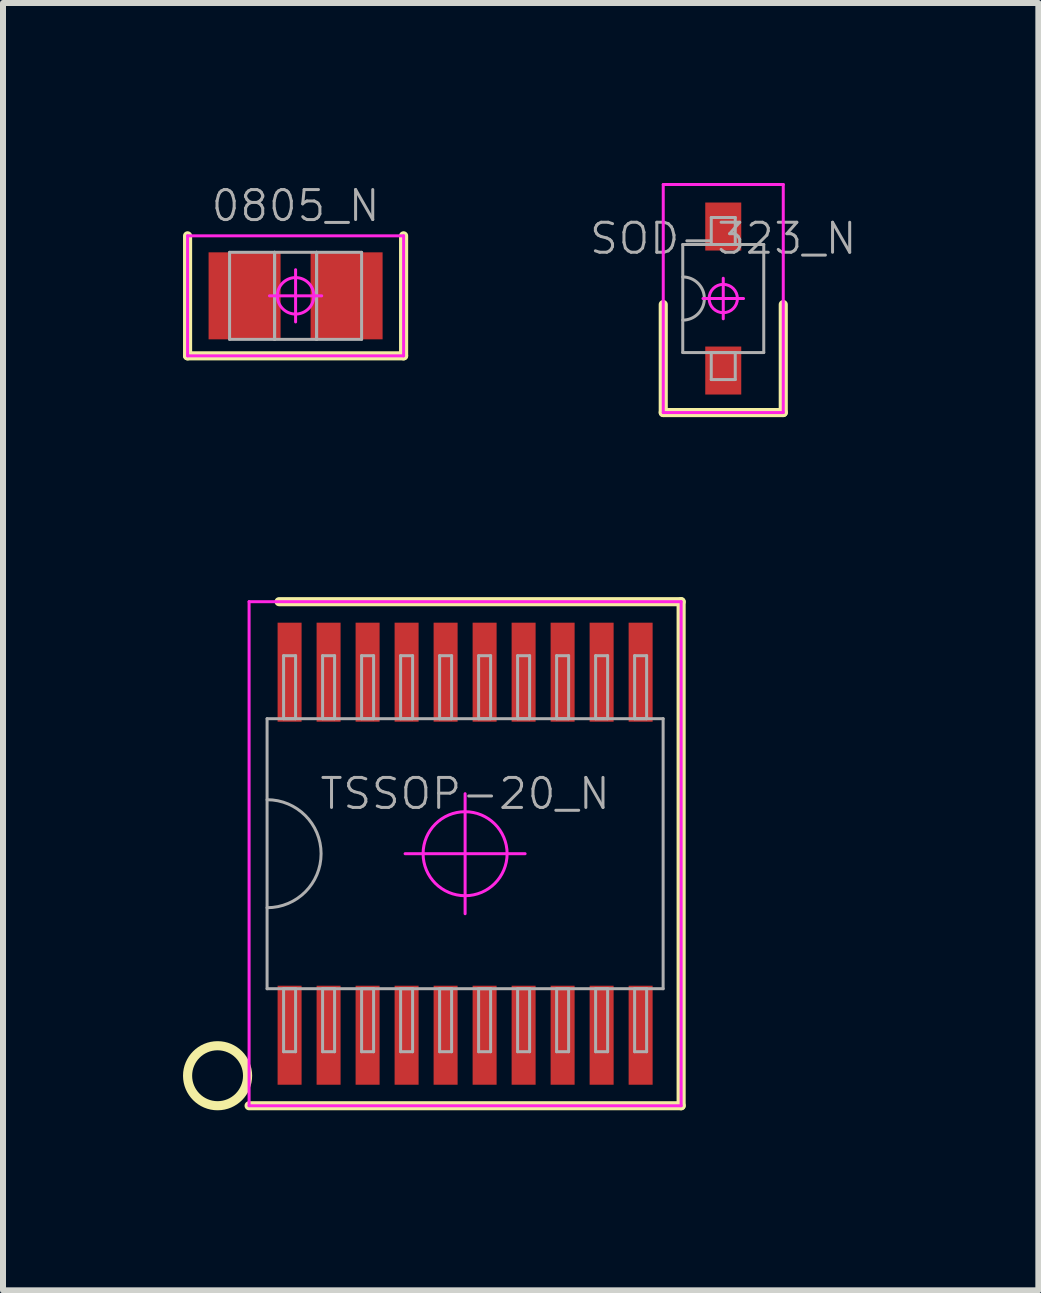
<source format=kicad_pcb>
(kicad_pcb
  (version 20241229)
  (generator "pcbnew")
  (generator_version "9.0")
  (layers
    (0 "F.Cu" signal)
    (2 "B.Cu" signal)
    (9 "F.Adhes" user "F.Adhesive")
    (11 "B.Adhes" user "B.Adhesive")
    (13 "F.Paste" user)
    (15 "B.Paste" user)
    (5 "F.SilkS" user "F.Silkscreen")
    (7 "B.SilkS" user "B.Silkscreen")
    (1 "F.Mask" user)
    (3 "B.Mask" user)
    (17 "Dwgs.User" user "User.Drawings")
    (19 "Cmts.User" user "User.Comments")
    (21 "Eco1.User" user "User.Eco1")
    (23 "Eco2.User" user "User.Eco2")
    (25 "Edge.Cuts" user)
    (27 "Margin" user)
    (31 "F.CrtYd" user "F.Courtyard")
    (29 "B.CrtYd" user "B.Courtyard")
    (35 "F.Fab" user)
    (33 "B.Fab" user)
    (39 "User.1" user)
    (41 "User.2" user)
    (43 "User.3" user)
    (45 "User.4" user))
  (footprint "0805_N"
    (layer "F.Cu")
    (at 1.876 1.88)
    (property "Reference" "0805_N" (at 0 -1.5 0) (layer "F.Fab") (effects (font (size 0.5 0.5) (thickness 0.05))))
    (attr through_hole)
    (fp_line (start -1.8 1) (end -1.8 -1) (stroke (width 0.152) (type solid)) (layer "F.SilkS"))
    (fp_line (start -1.8 1) (end 1.8 1) (stroke (width 0.152) (type solid)) (layer "F.SilkS"))
    (fp_line (start 1.8 -1) (end 1.8 1) (stroke (width 0.152) (type solid)) (layer "F.SilkS"))
    (fp_line (start -1.8 -1) (end 1.8 -1) (stroke (width 0.05) (type solid)) (layer "F.CrtYd"))
    (fp_line (start -1.8 1) (end -1.8 -1) (stroke (width 0.05) (type solid)) (layer "F.CrtYd"))
    (fp_line (start -0.435 0) (end 0.435 0) (stroke (width 0.05) (type solid)) (layer "F.CrtYd"))
    (fp_line (start 0 0.435) (end 0 -0.435) (stroke (width 0.05) (type solid)) (layer "F.CrtYd"))
    (fp_line (start 1.8 -1) (end 1.8 1) (stroke (width 0.05) (type solid)) (layer "F.CrtYd"))
    (fp_line (start 1.8 1) (end -1.8 1) (stroke (width 0.05) (type solid)) (layer "F.CrtYd"))
    (fp_circle (center 0 0) (end 0.304 0) (stroke (width 0.05) (type solid)) (fill no) (layer "F.CrtYd"))
    (fp_line (start -1.1 -0.725) (end -0.35 -0.725) (stroke (width 0.05) (type solid)) (layer "F.Fab"))
    (fp_line (start -1.1 0.725) (end -1.1 -0.725) (stroke (width 0.05) (type solid)) (layer "F.Fab"))
    (fp_line (start -0.35 -0.725) (end -0.35 0.725) (stroke (width 0.05) (type solid)) (layer "F.Fab"))
    (fp_line (start -0.35 -0.725) (end 0.35 -0.725) (stroke (width 0.05) (type solid)) (layer "F.Fab"))
    (fp_line (start -0.35 0.725) (end -1.1 0.725) (stroke (width 0.05) (type solid)) (layer "F.Fab"))
    (fp_line (start -0.35 0.725) (end -0.35 -0.725) (stroke (width 0.05) (type solid)) (layer "F.Fab"))
    (fp_line (start 0.35 -0.725) (end 0.35 0.725) (stroke (width 0.05) (type solid)) (layer "F.Fab"))
    (fp_line (start 0.35 -0.725) (end 1.1 -0.725) (stroke (width 0.05) (type solid)) (layer "F.Fab"))
    (fp_line (start 0.35 0.725) (end -0.35 0.725) (stroke (width 0.05) (type solid)) (layer "F.Fab"))
    (fp_line (start 0.35 0.725) (end 0.35 -0.725) (stroke (width 0.05) (type solid)) (layer "F.Fab"))
    (fp_line (start 1.1 -0.725) (end 1.1 0.725) (stroke (width 0.05) (type solid)) (layer "F.Fab"))
    (fp_line (start 1.1 0.725) (end 0.35 0.725) (stroke (width 0.05) (type solid)) (layer "F.Fab"))
    (pad "1" smd rect (at -0.85 0) (size 1.2 1.45) (layers "F.Cu" "F.Mask" "F.Paste"))
    (pad "2" smd rect (at 0.85 0) (size 1.2 1.45) (layers "F.Cu" "F.Mask" "F.Paste")))
  (footprint "SOD-323_N"
    (layer "F.Cu")
    (at 9.003 1.925)
    (property "Reference" "SOD-323_N" (at 0 -1 0) (layer "F.Fab") (effects (font (size 0.5 0.5) (thickness 0.05))))
    (attr through_hole)
    (fp_line (start -1 1.9) (end -1 0.1) (stroke (width 0.152) (type solid)) (layer "F.SilkS"))
    (fp_line (start 1 0.1) (end 1 1.9) (stroke (width 0.152) (type solid)) (layer "F.SilkS"))
    (fp_line (start 1 1.9) (end -1 1.9) (stroke (width 0.152) (type solid)) (layer "F.SilkS"))
    (fp_line (start -1 -1.9) (end 1 -1.9) (stroke (width 0.05) (type solid)) (layer "F.CrtYd"))
    (fp_line (start -1 1.9) (end -1 -1.9) (stroke (width 0.05) (type solid)) (layer "F.CrtYd"))
    (fp_line (start -0.338 0) (end 0.338 0) (stroke (width 0.05) (type solid)) (layer "F.CrtYd"))
    (fp_line (start 0 0.338) (end 0 -0.338) (stroke (width 0.05) (type solid)) (layer "F.CrtYd"))
    (fp_line (start 1 -1.9) (end 1 1.9) (stroke (width 0.05) (type solid)) (layer "F.CrtYd"))
    (fp_line (start 1 1.9) (end -1 1.9) (stroke (width 0.05) (type solid)) (layer "F.CrtYd"))
    (fp_circle (center 0 0) (end 0.236 0) (stroke (width 0.05) (type solid)) (fill no) (layer "F.CrtYd"))
    (fp_line (start -0.675 -0.9) (end 0.675 -0.9) (stroke (width 0.05) (type solid)) (layer "F.Fab"))
    (fp_line (start -0.675 0.9) (end -0.675 -0.9) (stroke (width 0.05) (type solid)) (layer "F.Fab"))
    (fp_line (start -0.2 -1.35) (end 0.2 -1.35) (stroke (width 0.05) (type solid)) (layer "F.Fab"))
    (fp_line (start -0.2 -0.9) (end -0.2 -1.35) (stroke (width 0.05) (type solid)) (layer "F.Fab"))
    (fp_line (start -0.2 0.9) (end 0.2 0.9) (stroke (width 0.05) (type solid)) (layer "F.Fab"))
    (fp_line (start -0.2 1.35) (end -0.2 0.9) (stroke (width 0.05) (type solid)) (layer "F.Fab"))
    (fp_line (start 0.2 -1.35) (end 0.2 -0.9) (stroke (width 0.05) (type solid)) (layer "F.Fab"))
    (fp_line (start 0.2 -0.9) (end -0.2 -0.9) (stroke (width 0.05) (type solid)) (layer "F.Fab"))
    (fp_line (start 0.2 0.9) (end 0.2 1.35) (stroke (width 0.05) (type solid)) (layer "F.Fab"))
    (fp_line (start 0.2 1.35) (end -0.2 1.35) (stroke (width 0.05) (type solid)) (layer "F.Fab"))
    (fp_line (start 0.675 -0.9) (end 0.675 0.9) (stroke (width 0.05) (type solid)) (layer "F.Fab"))
    (fp_line (start 0.675 0.9) (end -0.675 0.9) (stroke (width 0.05) (type solid)) (layer "F.Fab"))
    (fp_arc (start -0.675 -0.36) (mid -0.315 0) (end -0.675 0.36) (stroke (width 0.05) (type solid)) (layer "F.Fab"))
    (pad "1" smd rect (at 0 1.2) (size 0.6 0.8) (layers "F.Cu" "F.Mask" "F.Paste"))
    (pad "2" smd rect (at 0 -1.2 180) (size 0.6 0.8) (layers "F.Cu" "F.Mask" "F.Paste")))
  (footprint "TSSOP-20_N"
    (placed yes)
    (layer "F.Cu")
    (at 4.701 11.177)
    (property "Reference" "TSSOP-20_N" (at 0 -1 0) (layer "F.Fab") (effects (font (size 0.5 0.5) (thickness 0.05))))
    (attr through_hole)
    (fp_line (start -3.1 -4.2) (end 3.6 -4.2) (stroke (width 0.152) (type solid)) (layer "F.SilkS"))
    (fp_line (start 3.6 -4.2) (end 3.6 4.2) (stroke (width 0.152) (type solid)) (layer "F.SilkS"))
    (fp_line (start 3.6 4.2) (end -3.6 4.2) (stroke (width 0.152) (type solid)) (layer "F.SilkS"))
    (fp_circle (center -4.125 3.7) (end -3.625 3.7) (stroke (width 0.152) (type solid)) (fill no) (layer "F.SilkS"))
    (fp_line (start -3.6 -4.2) (end 3.6 -4.2) (stroke (width 0.05) (type solid)) (layer "F.CrtYd"))
    (fp_line (start -3.6 4.2) (end -3.6 -4.2) (stroke (width 0.05) (type solid)) (layer "F.CrtYd"))
    (fp_line (start -1 0) (end 1 0) (stroke (width 0.05) (type solid)) (layer "F.CrtYd"))
    (fp_line (start 0 1) (end 0 -1) (stroke (width 0.05) (type solid)) (layer "F.CrtYd"))
    (fp_line (start 3.6 -4.2) (end 3.6 4.2) (stroke (width 0.05) (type solid)) (layer "F.CrtYd"))
    (fp_line (start 3.6 4.2) (end -3.6 4.2) (stroke (width 0.05) (type solid)) (layer "F.CrtYd"))
    (fp_circle (center 0 0) (end 0.7 0) (stroke (width 0.05) (type solid)) (fill no) (layer "F.CrtYd"))
    (fp_line (start -3.3 -2.25) (end 3.3 -2.25) (stroke (width 0.05) (type solid)) (layer "F.Fab"))
    (fp_line (start -3.3 2.25) (end -3.3 -2.25) (stroke (width 0.05) (type solid)) (layer "F.Fab"))
    (fp_line (start -3.025 -3.3) (end -2.825 -3.3) (stroke (width 0.05) (type solid)) (layer "F.Fab"))
    (fp_line (start -3.025 -2.25) (end -3.025 -3.3) (stroke (width 0.05) (type solid)) (layer "F.Fab"))
    (fp_line (start -3.025 2.25) (end -2.825 2.25) (stroke (width 0.05) (type solid)) (layer "F.Fab"))
    (fp_line (start -3.025 3.3) (end -3.025 2.25) (stroke (width 0.05) (type solid)) (layer "F.Fab"))
    (fp_line (start -2.825 -3.3) (end -2.825 -2.25) (stroke (width 0.05) (type solid)) (layer "F.Fab"))
    (fp_line (start -2.825 -2.25) (end -3.025 -2.25) (stroke (width 0.05) (type solid)) (layer "F.Fab"))
    (fp_line (start -2.825 2.25) (end -2.825 3.3) (stroke (width 0.05) (type solid)) (layer "F.Fab"))
    (fp_line (start -2.825 3.3) (end -3.025 3.3) (stroke (width 0.05) (type solid)) (layer "F.Fab"))
    (fp_line (start -2.375 -3.3) (end -2.175 -3.3) (stroke (width 0.05) (type solid)) (layer "F.Fab"))
    (fp_line (start -2.375 -2.25) (end -2.375 -3.3) (stroke (width 0.05) (type solid)) (layer "F.Fab"))
    (fp_line (start -2.375 2.25) (end -2.175 2.25) (stroke (width 0.05) (type solid)) (layer "F.Fab"))
    (fp_line (start -2.375 3.3) (end -2.375 2.25) (stroke (width 0.05) (type solid)) (layer "F.Fab"))
    (fp_line (start -2.175 -3.3) (end -2.175 -2.25) (stroke (width 0.05) (type solid)) (layer "F.Fab"))
    (fp_line (start -2.175 -2.25) (end -2.375 -2.25) (stroke (width 0.05) (type solid)) (layer "F.Fab"))
    (fp_line (start -2.175 2.25) (end -2.175 3.3) (stroke (width 0.05) (type solid)) (layer "F.Fab"))
    (fp_line (start -2.175 3.3) (end -2.375 3.3) (stroke (width 0.05) (type solid)) (layer "F.Fab"))
    (fp_line (start -1.725 -3.3) (end -1.525 -3.3) (stroke (width 0.05) (type solid)) (layer "F.Fab"))
    (fp_line (start -1.725 -2.25) (end -1.725 -3.3) (stroke (width 0.05) (type solid)) (layer "F.Fab"))
    (fp_line (start -1.725 2.25) (end -1.525 2.25) (stroke (width 0.05) (type solid)) (layer "F.Fab"))
    (fp_line (start -1.725 3.3) (end -1.725 2.25) (stroke (width 0.05) (type solid)) (layer "F.Fab"))
    (fp_line (start -1.525 -3.3) (end -1.525 -2.25) (stroke (width 0.05) (type solid)) (layer "F.Fab"))
    (fp_line (start -1.525 -2.25) (end -1.725 -2.25) (stroke (width 0.05) (type solid)) (layer "F.Fab"))
    (fp_line (start -1.525 2.25) (end -1.525 3.3) (stroke (width 0.05) (type solid)) (layer "F.Fab"))
    (fp_line (start -1.525 3.3) (end -1.725 3.3) (stroke (width 0.05) (type solid)) (layer "F.Fab"))
    (fp_line (start -1.075 -3.3) (end -0.875 -3.3) (stroke (width 0.05) (type solid)) (layer "F.Fab"))
    (fp_line (start -1.075 -2.25) (end -1.075 -3.3) (stroke (width 0.05) (type solid)) (layer "F.Fab"))
    (fp_line (start -1.075 2.25) (end -0.875 2.25) (stroke (width 0.05) (type solid)) (layer "F.Fab"))
    (fp_line (start -1.075 3.3) (end -1.075 2.25) (stroke (width 0.05) (type solid)) (layer "F.Fab"))
    (fp_line (start -0.875 -3.3) (end -0.875 -2.25) (stroke (width 0.05) (type solid)) (layer "F.Fab"))
    (fp_line (start -0.875 -2.25) (end -1.075 -2.25) (stroke (width 0.05) (type solid)) (layer "F.Fab"))
    (fp_line (start -0.875 2.25) (end -0.875 3.3) (stroke (width 0.05) (type solid)) (layer "F.Fab"))
    (fp_line (start -0.875 3.3) (end -1.075 3.3) (stroke (width 0.05) (type solid)) (layer "F.Fab"))
    (fp_line (start -0.425 -3.3) (end -0.225 -3.3) (stroke (width 0.05) (type solid)) (layer "F.Fab"))
    (fp_line (start -0.425 -2.25) (end -0.425 -3.3) (stroke (width 0.05) (type solid)) (layer "F.Fab"))
    (fp_line (start -0.425 2.25) (end -0.225 2.25) (stroke (width 0.05) (type solid)) (layer "F.Fab"))
    (fp_line (start -0.425 3.3) (end -0.425 2.25) (stroke (width 0.05) (type solid)) (layer "F.Fab"))
    (fp_line (start -0.225 -3.3) (end -0.225 -2.25) (stroke (width 0.05) (type solid)) (layer "F.Fab"))
    (fp_line (start -0.225 -2.25) (end -0.425 -2.25) (stroke (width 0.05) (type solid)) (layer "F.Fab"))
    (fp_line (start -0.225 2.25) (end -0.225 3.3) (stroke (width 0.05) (type solid)) (layer "F.Fab"))
    (fp_line (start -0.225 3.3) (end -0.425 3.3) (stroke (width 0.05) (type solid)) (layer "F.Fab"))
    (fp_line (start 0.225 -3.3) (end 0.425 -3.3) (stroke (width 0.05) (type solid)) (layer "F.Fab"))
    (fp_line (start 0.225 -2.25) (end 0.225 -3.3) (stroke (width 0.05) (type solid)) (layer "F.Fab"))
    (fp_line (start 0.225 2.25) (end 0.425 2.25) (stroke (width 0.05) (type solid)) (layer "F.Fab"))
    (fp_line (start 0.225 3.3) (end 0.225 2.25) (stroke (width 0.05) (type solid)) (layer "F.Fab"))
    (fp_line (start 0.425 -3.3) (end 0.425 -2.25) (stroke (width 0.05) (type solid)) (layer "F.Fab"))
    (fp_line (start 0.425 -2.25) (end 0.225 -2.25) (stroke (width 0.05) (type solid)) (layer "F.Fab"))
    (fp_line (start 0.425 2.25) (end 0.425 3.3) (stroke (width 0.05) (type solid)) (layer "F.Fab"))
    (fp_line (start 0.425 3.3) (end 0.225 3.3) (stroke (width 0.05) (type solid)) (layer "F.Fab"))
    (fp_line (start 0.875 -3.3) (end 1.075 -3.3) (stroke (width 0.05) (type solid)) (layer "F.Fab"))
    (fp_line (start 0.875 -2.25) (end 0.875 -3.3) (stroke (width 0.05) (type solid)) (layer "F.Fab"))
    (fp_line (start 0.875 2.25) (end 1.075 2.25) (stroke (width 0.05) (type solid)) (layer "F.Fab"))
    (fp_line (start 0.875 3.3) (end 0.875 2.25) (stroke (width 0.05) (type solid)) (layer "F.Fab"))
    (fp_line (start 1.075 -3.3) (end 1.075 -2.25) (stroke (width 0.05) (type solid)) (layer "F.Fab"))
    (fp_line (start 1.075 -2.25) (end 0.875 -2.25) (stroke (width 0.05) (type solid)) (layer "F.Fab"))
    (fp_line (start 1.075 2.25) (end 1.075 3.3) (stroke (width 0.05) (type solid)) (layer "F.Fab"))
    (fp_line (start 1.075 3.3) (end 0.875 3.3) (stroke (width 0.05) (type solid)) (layer "F.Fab"))
    (fp_line (start 1.525 -3.3) (end 1.725 -3.3) (stroke (width 0.05) (type solid)) (layer "F.Fab"))
    (fp_line (start 1.525 -2.25) (end 1.525 -3.3) (stroke (width 0.05) (type solid)) (layer "F.Fab"))
    (fp_line (start 1.525 2.25) (end 1.725 2.25) (stroke (width 0.05) (type solid)) (layer "F.Fab"))
    (fp_line (start 1.525 3.3) (end 1.525 2.25) (stroke (width 0.05) (type solid)) (layer "F.Fab"))
    (fp_line (start 1.725 -3.3) (end 1.725 -2.25) (stroke (width 0.05) (type solid)) (layer "F.Fab"))
    (fp_line (start 1.725 -2.25) (end 1.525 -2.25) (stroke (width 0.05) (type solid)) (layer "F.Fab"))
    (fp_line (start 1.725 2.25) (end 1.725 3.3) (stroke (width 0.05) (type solid)) (layer "F.Fab"))
    (fp_line (start 1.725 3.3) (end 1.525 3.3) (stroke (width 0.05) (type solid)) (layer "F.Fab"))
    (fp_line (start 2.175 -3.3) (end 2.375 -3.3) (stroke (width 0.05) (type solid)) (layer "F.Fab"))
    (fp_line (start 2.175 -2.25) (end 2.175 -3.3) (stroke (width 0.05) (type solid)) (layer "F.Fab"))
    (fp_line (start 2.175 2.25) (end 2.375 2.25) (stroke (width 0.05) (type solid)) (layer "F.Fab"))
    (fp_line (start 2.175 3.3) (end 2.175 2.25) (stroke (width 0.05) (type solid)) (layer "F.Fab"))
    (fp_line (start 2.375 -3.3) (end 2.375 -2.25) (stroke (width 0.05) (type solid)) (layer "F.Fab"))
    (fp_line (start 2.375 -2.25) (end 2.175 -2.25) (stroke (width 0.05) (type solid)) (layer "F.Fab"))
    (fp_line (start 2.375 2.25) (end 2.375 3.3) (stroke (width 0.05) (type solid)) (layer "F.Fab"))
    (fp_line (start 2.375 3.3) (end 2.175 3.3) (stroke (width 0.05) (type solid)) (layer "F.Fab"))
    (fp_line (start 2.825 -3.3) (end 3.025 -3.3) (stroke (width 0.05) (type solid)) (layer "F.Fab"))
    (fp_line (start 2.825 -2.25) (end 2.825 -3.3) (stroke (width 0.05) (type solid)) (layer "F.Fab"))
    (fp_line (start 2.825 2.25) (end 3.025 2.25) (stroke (width 0.05) (type solid)) (layer "F.Fab"))
    (fp_line (start 2.825 3.3) (end 2.825 2.25) (stroke (width 0.05) (type solid)) (layer "F.Fab"))
    (fp_line (start 3.025 -3.3) (end 3.025 -2.25) (stroke (width 0.05) (type solid)) (layer "F.Fab"))
    (fp_line (start 3.025 -2.25) (end 2.825 -2.25) (stroke (width 0.05) (type solid)) (layer "F.Fab"))
    (fp_line (start 3.025 2.25) (end 3.025 3.3) (stroke (width 0.05) (type solid)) (layer "F.Fab"))
    (fp_line (start 3.025 3.3) (end 2.825 3.3) (stroke (width 0.05) (type solid)) (layer "F.Fab"))
    (fp_line (start 3.3 -2.25) (end 3.3 2.25) (stroke (width 0.05) (type solid)) (layer "F.Fab"))
    (fp_line (start 3.3 2.25) (end -3.3 2.25) (stroke (width 0.05) (type solid)) (layer "F.Fab"))
    (fp_arc (start -3.3 -0.9) (mid -2.4 0) (end -3.3 0.9) (stroke (width 0.05) (type solid)) (layer "F.Fab"))
    (pad "1" smd rect (at -2.925 3.025) (size 0.4 1.65) (layers "F.Cu" "F.Mask" "F.Paste"))
    (pad "2" smd rect (at -2.275 3.025) (size 0.4 1.65) (layers "F.Cu" "F.Mask" "F.Paste"))
    (pad "3" smd rect (at -1.625 3.025) (size 0.4 1.65) (layers "F.Cu" "F.Mask" "F.Paste"))
    (pad "4" smd rect (at -0.975 3.025) (size 0.4 1.65) (layers "F.Cu" "F.Mask" "F.Paste"))
    (pad "5" smd rect (at -0.325 3.025) (size 0.4 1.65) (layers "F.Cu" "F.Mask" "F.Paste"))
    (pad "6" smd rect (at 0.325 3.025) (size 0.4 1.65) (layers "F.Cu" "F.Mask" "F.Paste"))
    (pad "7" smd rect (at 0.975 3.025) (size 0.4 1.65) (layers "F.Cu" "F.Mask" "F.Paste"))
    (pad "8" smd rect (at 1.625 3.025) (size 0.4 1.65) (layers "F.Cu" "F.Mask" "F.Paste"))
    (pad "9" smd rect (at 2.275 3.025) (size 0.4 1.65) (layers "F.Cu" "F.Mask" "F.Paste"))
    (pad "10" smd rect (at 2.925 3.025) (size 0.4 1.65) (layers "F.Cu" "F.Mask" "F.Paste"))
    (pad "11" smd rect (at 2.925 -3.025 180) (size 0.4 1.65) (layers "F.Cu" "F.Mask" "F.Paste"))
    (pad "12" smd rect (at 2.275 -3.025 180) (size 0.4 1.65) (layers "F.Cu" "F.Mask" "F.Paste"))
    (pad "13" smd rect (at 1.625 -3.025 180) (size 0.4 1.65) (layers "F.Cu" "F.Mask" "F.Paste"))
    (pad "14" smd rect (at 0.975 -3.025 180) (size 0.4 1.65) (layers "F.Cu" "F.Mask" "F.Paste"))
    (pad "15" smd rect (at 0.325 -3.025 180) (size 0.4 1.65) (layers "F.Cu" "F.Mask" "F.Paste"))
    (pad "16" smd rect (at -0.325 -3.025 180) (size 0.4 1.65) (layers "F.Cu" "F.Mask" "F.Paste"))
    (pad "17" smd rect (at -0.975 -3.025 180) (size 0.4 1.65) (layers "F.Cu" "F.Mask" "F.Paste"))
    (pad "18" smd rect (at -1.625 -3.025 180) (size 0.4 1.65) (layers "F.Cu" "F.Mask" "F.Paste"))
    (pad "19" smd rect (at -2.275 -3.025 180) (size 0.4 1.65) (layers "F.Cu" "F.Mask" "F.Paste"))
    (pad "20" smd rect (at -2.925 -3.025 180) (size 0.4 1.65) (layers "F.Cu" "F.Mask" "F.Paste")))
  (gr_rect
    (start -3 -3)
    (end 14.254 18.453)
    (stroke (width 0.1) (type default))
    (fill no)
    (layer "Edge.Cuts")))
</source>
